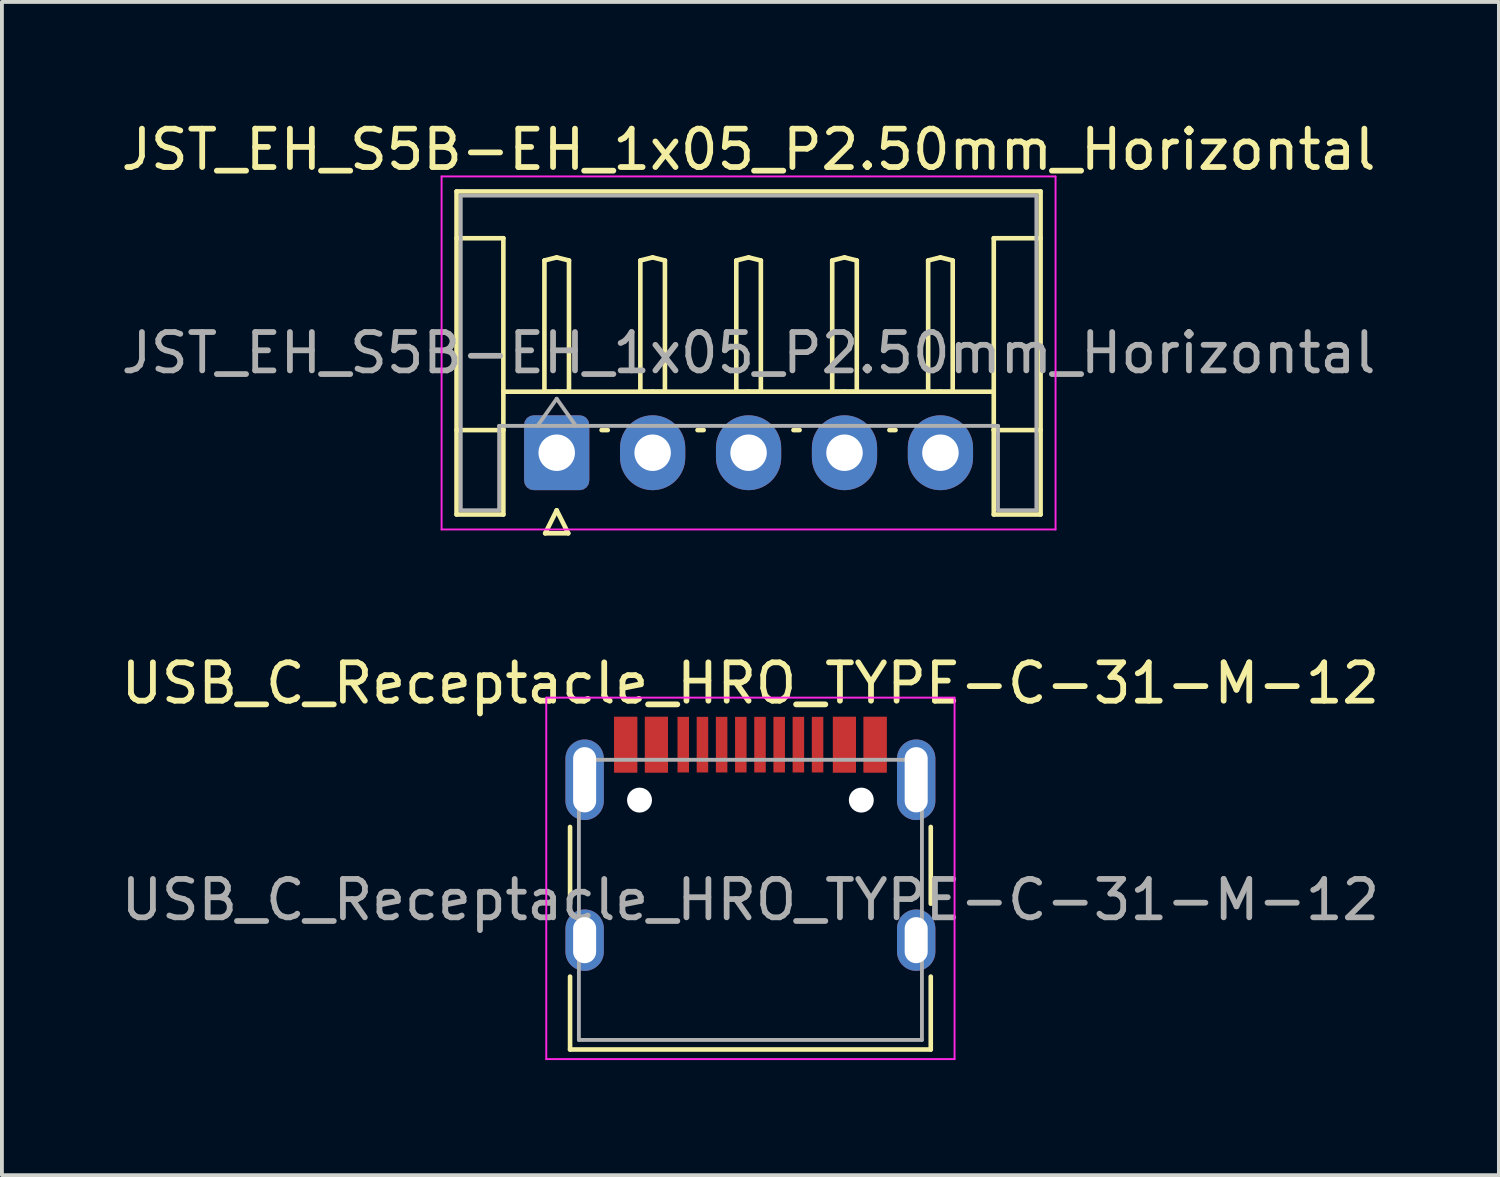
<source format=kicad_pcb>
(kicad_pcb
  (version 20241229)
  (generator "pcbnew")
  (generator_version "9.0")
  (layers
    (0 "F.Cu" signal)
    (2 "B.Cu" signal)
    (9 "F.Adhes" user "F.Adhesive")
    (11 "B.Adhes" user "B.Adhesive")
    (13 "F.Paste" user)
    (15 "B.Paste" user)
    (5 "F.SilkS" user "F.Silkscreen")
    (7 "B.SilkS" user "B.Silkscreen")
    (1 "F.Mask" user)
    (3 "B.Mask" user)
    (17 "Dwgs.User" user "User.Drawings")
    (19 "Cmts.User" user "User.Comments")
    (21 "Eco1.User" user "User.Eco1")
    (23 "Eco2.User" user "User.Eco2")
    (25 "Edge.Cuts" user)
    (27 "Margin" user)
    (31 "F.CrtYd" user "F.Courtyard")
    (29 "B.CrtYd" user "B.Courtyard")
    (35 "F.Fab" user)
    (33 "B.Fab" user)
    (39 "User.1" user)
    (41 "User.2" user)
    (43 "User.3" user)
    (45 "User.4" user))
  (footprint "JST_EH_S5B-EH_1x05_P2.50mm_Horizontal"
    (layer "F.Cu")
    (at 11.458 8.748)
    (property "Reference" "JST_EH_S5B-EH_1x05_P2.50mm_Horizontal" (at 5 -7.9 0) (layer "F.SilkS") (effects (font (size 1 1) (thickness 0.15))))
    (attr through_hole)
    (fp_line (start -2.61 -6.81) (end 12.61 -6.81) (stroke (width 0.12) (type solid)) (layer "F.SilkS"))
    (fp_line (start -2.61 -5.59) (end -1.39 -5.59) (stroke (width 0.12) (type solid)) (layer "F.SilkS"))
    (fp_line (start -2.61 1.61) (end -2.61 -6.81) (stroke (width 0.12) (type solid)) (layer "F.SilkS"))
    (fp_line (start -1.39 -5.59) (end -1.39 -0.59) (stroke (width 0.12) (type solid)) (layer "F.SilkS"))
    (fp_line (start -1.39 -1.59) (end 11.39 -1.59) (stroke (width 0.12) (type solid)) (layer "F.SilkS"))
    (fp_line (start -1.39 -0.59) (end -2.61 -0.59) (stroke (width 0.12) (type solid)) (layer "F.SilkS"))
    (fp_line (start -1.39 -0.59) (end -1.39 1.61) (stroke (width 0.12) (type solid)) (layer "F.SilkS"))
    (fp_line (start -1.39 1.61) (end -2.61 1.61) (stroke (width 0.12) (type solid)) (layer "F.SilkS"))
    (fp_line (start -0.32 -5.01) (end 0 -5.09) (stroke (width 0.12) (type solid)) (layer "F.SilkS"))
    (fp_line (start -0.32 -1.59) (end -0.32 -5.01) (stroke (width 0.12) (type solid)) (layer "F.SilkS"))
    (fp_line (start -0.3 2.1) (end 0.3 2.1) (stroke (width 0.12) (type solid)) (layer "F.SilkS"))
    (fp_line (start 0 -5.09) (end 0.32 -5.01) (stroke (width 0.12) (type solid)) (layer "F.SilkS"))
    (fp_line (start 0 -1.59) (end -0.32 -1.59) (stroke (width 0.12) (type solid)) (layer "F.SilkS"))
    (fp_line (start 0 1.5) (end -0.3 2.1) (stroke (width 0.12) (type solid)) (layer "F.SilkS"))
    (fp_line (start 0.3 2.1) (end 0 1.5) (stroke (width 0.12) (type solid)) (layer "F.SilkS"))
    (fp_line (start 0.32 -5.01) (end 0.32 -1.59) (stroke (width 0.12) (type solid)) (layer "F.SilkS"))
    (fp_line (start 0.32 -1.59) (end 0 -1.59) (stroke (width 0.12) (type solid)) (layer "F.SilkS"))
    (fp_line (start 1.17 -0.59) (end 1.33 -0.59) (stroke (width 0.12) (type solid)) (layer "F.SilkS"))
    (fp_line (start 2.18 -5.01) (end 2.5 -5.09) (stroke (width 0.12) (type solid)) (layer "F.SilkS"))
    (fp_line (start 2.18 -1.59) (end 2.18 -5.01) (stroke (width 0.12) (type solid)) (layer "F.SilkS"))
    (fp_line (start 2.5 -5.09) (end 2.82 -5.01) (stroke (width 0.12) (type solid)) (layer "F.SilkS"))
    (fp_line (start 2.5 -1.59) (end 2.18 -1.59) (stroke (width 0.12) (type solid)) (layer "F.SilkS"))
    (fp_line (start 2.82 -5.01) (end 2.82 -1.59) (stroke (width 0.12) (type solid)) (layer "F.SilkS"))
    (fp_line (start 2.82 -1.59) (end 2.5 -1.59) (stroke (width 0.12) (type solid)) (layer "F.SilkS"))
    (fp_line (start 3.67 -0.59) (end 3.83 -0.59) (stroke (width 0.12) (type solid)) (layer "F.SilkS"))
    (fp_line (start 4.68 -5.01) (end 5 -5.09) (stroke (width 0.12) (type solid)) (layer "F.SilkS"))
    (fp_line (start 4.68 -1.59) (end 4.68 -5.01) (stroke (width 0.12) (type solid)) (layer "F.SilkS"))
    (fp_line (start 5 -5.09) (end 5.32 -5.01) (stroke (width 0.12) (type solid)) (layer "F.SilkS"))
    (fp_line (start 5 -1.59) (end 4.68 -1.59) (stroke (width 0.12) (type solid)) (layer "F.SilkS"))
    (fp_line (start 5.32 -5.01) (end 5.32 -1.59) (stroke (width 0.12) (type solid)) (layer "F.SilkS"))
    (fp_line (start 5.32 -1.59) (end 5 -1.59) (stroke (width 0.12) (type solid)) (layer "F.SilkS"))
    (fp_line (start 6.17 -0.59) (end 6.33 -0.59) (stroke (width 0.12) (type solid)) (layer "F.SilkS"))
    (fp_line (start 7.18 -5.01) (end 7.5 -5.09) (stroke (width 0.12) (type solid)) (layer "F.SilkS"))
    (fp_line (start 7.18 -1.59) (end 7.18 -5.01) (stroke (width 0.12) (type solid)) (layer "F.SilkS"))
    (fp_line (start 7.5 -5.09) (end 7.82 -5.01) (stroke (width 0.12) (type solid)) (layer "F.SilkS"))
    (fp_line (start 7.5 -1.59) (end 7.18 -1.59) (stroke (width 0.12) (type solid)) (layer "F.SilkS"))
    (fp_line (start 7.82 -5.01) (end 7.82 -1.59) (stroke (width 0.12) (type solid)) (layer "F.SilkS"))
    (fp_line (start 7.82 -1.59) (end 7.5 -1.59) (stroke (width 0.12) (type solid)) (layer "F.SilkS"))
    (fp_line (start 8.67 -0.59) (end 8.83 -0.59) (stroke (width 0.12) (type solid)) (layer "F.SilkS"))
    (fp_line (start 9.68 -5.01) (end 10 -5.09) (stroke (width 0.12) (type solid)) (layer "F.SilkS"))
    (fp_line (start 9.68 -1.59) (end 9.68 -5.01) (stroke (width 0.12) (type solid)) (layer "F.SilkS"))
    (fp_line (start 10 -5.09) (end 10.32 -5.01) (stroke (width 0.12) (type solid)) (layer "F.SilkS"))
    (fp_line (start 10 -1.59) (end 9.68 -1.59) (stroke (width 0.12) (type solid)) (layer "F.SilkS"))
    (fp_line (start 10.32 -5.01) (end 10.32 -1.59) (stroke (width 0.12) (type solid)) (layer "F.SilkS"))
    (fp_line (start 10.32 -1.59) (end 10 -1.59) (stroke (width 0.12) (type solid)) (layer "F.SilkS"))
    (fp_line (start 11.39 -5.59) (end 11.39 -0.59) (stroke (width 0.12) (type solid)) (layer "F.SilkS"))
    (fp_line (start 11.39 -0.59) (end 12.61 -0.59) (stroke (width 0.12) (type solid)) (layer "F.SilkS"))
    (fp_line (start 11.39 1.61) (end 11.39 -0.59) (stroke (width 0.12) (type solid)) (layer "F.SilkS"))
    (fp_line (start 12.61 -6.81) (end 12.61 1.61) (stroke (width 0.12) (type solid)) (layer "F.SilkS"))
    (fp_line (start 12.61 -5.59) (end 11.39 -5.59) (stroke (width 0.12) (type solid)) (layer "F.SilkS"))
    (fp_line (start 12.61 1.61) (end 11.39 1.61) (stroke (width 0.12) (type solid)) (layer "F.SilkS"))
    (fp_line (start -3 -7.2) (end -3 2) (stroke (width 0.05) (type solid)) (layer "F.CrtYd"))
    (fp_line (start -3 2) (end 13 2) (stroke (width 0.05) (type solid)) (layer "F.CrtYd"))
    (fp_line (start 13 -7.2) (end -3 -7.2) (stroke (width 0.05) (type solid)) (layer "F.CrtYd"))
    (fp_line (start 13 2) (end 13 -7.2) (stroke (width 0.05) (type solid)) (layer "F.CrtYd"))
    (fp_line (start -2.5 -6.7) (end 12.5 -6.7) (stroke (width 0.1) (type solid)) (layer "F.Fab"))
    (fp_line (start -2.5 1.5) (end -2.5 -6.7) (stroke (width 0.1) (type solid)) (layer "F.Fab"))
    (fp_line (start -1.5 -0.7) (end -1.5 1.5) (stroke (width 0.1) (type solid)) (layer "F.Fab"))
    (fp_line (start -1.5 1.5) (end -2.5 1.5) (stroke (width 0.1) (type solid)) (layer "F.Fab"))
    (fp_line (start -0.5 -0.7) (end 0 -1.407) (stroke (width 0.1) (type solid)) (layer "F.Fab"))
    (fp_line (start 0 -1.407) (end 0.5 -0.7) (stroke (width 0.1) (type solid)) (layer "F.Fab"))
    (fp_line (start 11.5 -0.7) (end -1.5 -0.7) (stroke (width 0.1) (type solid)) (layer "F.Fab"))
    (fp_line (start 11.5 1.5) (end 11.5 -0.7) (stroke (width 0.1) (type solid)) (layer "F.Fab"))
    (fp_line (start 12.5 -6.7) (end 12.5 1.5) (stroke (width 0.1) (type solid)) (layer "F.Fab"))
    (fp_line (start 12.5 1.5) (end 11.5 1.5) (stroke (width 0.1) (type solid)) (layer "F.Fab"))
    (fp_text user "${REFERENCE}" (at 5 -2.6 0) (layer "F.Fab") (effects (font (size 1 1) (thickness 0.15))))
    (pad "1" thru_hole roundrect (at 0 0) (size 1.7 1.95) (drill 0.95) (layers "*.Cu" "*.Mask") (roundrect_rratio 0.147))
    (pad "2" thru_hole oval (at 2.5 0) (size 1.7 1.95) (drill 0.95) (layers "*.Cu" "*.Mask"))
    (pad "3" thru_hole oval (at 5 0) (size 1.7 1.95) (drill 0.95) (layers "*.Cu" "*.Mask"))
    (pad "4" thru_hole oval (at 7.5 0) (size 1.7 1.95) (drill 0.95) (layers "*.Cu" "*.Mask"))
    (pad "5" thru_hole oval (at 10 0) (size 1.7 1.95) (drill 0.95) (layers "*.Cu" "*.Mask")))
  (footprint "USB_C_Receptacle_HRO_TYPE-C-31-M-12"
    (layer "F.Cu")
    (at 16.506 20.401)
    (property "Reference" "USB_C_Receptacle_HRO_TYPE-C-31-M-12" (at 0 -5.645 180) (layer "F.SilkS") (effects (font (size 1 1) (thickness 0.15))))
    (attr smd)
    (fp_line (start -4.7 -1.9) (end -4.7 0.1) (stroke (width 0.12) (type solid)) (layer "F.SilkS"))
    (fp_line (start -4.7 2) (end -4.7 3.9) (stroke (width 0.12) (type solid)) (layer "F.SilkS"))
    (fp_line (start -4.7 3.9) (end 4.7 3.9) (stroke (width 0.12) (type solid)) (layer "F.SilkS"))
    (fp_line (start 4.7 -1.9) (end 4.7 0.1) (stroke (width 0.12) (type solid)) (layer "F.SilkS"))
    (fp_line (start 4.7 2) (end 4.7 3.9) (stroke (width 0.12) (type solid)) (layer "F.SilkS"))
    (fp_line (start -5.32 -5.27) (end -5.32 4.15) (stroke (width 0.05) (type solid)) (layer "F.CrtYd"))
    (fp_line (start -5.32 -5.27) (end 5.32 -5.27) (stroke (width 0.05) (type solid)) (layer "F.CrtYd"))
    (fp_line (start -5.32 4.15) (end 5.32 4.15) (stroke (width 0.05) (type solid)) (layer "F.CrtYd"))
    (fp_line (start 5.32 -5.27) (end 5.32 4.15) (stroke (width 0.05) (type solid)) (layer "F.CrtYd"))
    (fp_line (start -4.47 -3.65) (end -4.47 3.65) (stroke (width 0.1) (type solid)) (layer "F.Fab"))
    (fp_line (start -4.47 -3.65) (end 4.47 -3.65) (stroke (width 0.1) (type solid)) (layer "F.Fab"))
    (fp_line (start -4.47 3.65) (end 4.47 3.65) (stroke (width 0.1) (type solid)) (layer "F.Fab"))
    (fp_line (start 4.47 -3.65) (end 4.47 3.65) (stroke (width 0.1) (type solid)) (layer "F.Fab"))
    (fp_text user "${REFERENCE}" (at 0 0 180) (layer "F.Fab") (effects (font (size 1 1) (thickness 0.15))))
    (pad "" np_thru_hole circle (at -2.89 -2.6) (size 0.65 0.65) (drill 0.65) (layers "*.Cu" "*.Mask"))
    (pad "" np_thru_hole circle (at 2.89 -2.6) (size 0.65 0.65) (drill 0.65) (layers "*.Cu" "*.Mask"))
    (pad "A1" smd rect (at -3.25 -4.045) (size 0.6 1.45) (layers "F.Cu" "F.Mask" "F.Paste"))
    (pad "A4" smd rect (at -2.45 -4.045) (size 0.6 1.45) (layers "F.Cu" "F.Mask" "F.Paste"))
    (pad "A5" smd rect (at -1.25 -4.045) (size 0.3 1.45) (layers "F.Cu" "F.Mask" "F.Paste"))
    (pad "A6" smd rect (at -0.25 -4.045) (size 0.3 1.45) (layers "F.Cu" "F.Mask" "F.Paste"))
    (pad "A7" smd rect (at 0.25 -4.045) (size 0.3 1.45) (layers "F.Cu" "F.Mask" "F.Paste"))
    (pad "A8" smd rect (at 1.25 -4.045) (size 0.3 1.45) (layers "F.Cu" "F.Mask" "F.Paste"))
    (pad "A9" smd rect (at 2.45 -4.045) (size 0.6 1.45) (layers "F.Cu" "F.Mask" "F.Paste"))
    (pad "A12" smd rect (at 3.25 -4.045) (size 0.6 1.45) (layers "F.Cu" "F.Mask" "F.Paste"))
    (pad "B1" smd rect (at 3.25 -4.045) (size 0.6 1.45) (layers "F.Cu" "F.Mask" "F.Paste"))
    (pad "B4" smd rect (at 2.45 -4.045) (size 0.6 1.45) (layers "F.Cu" "F.Mask" "F.Paste"))
    (pad "B5" smd rect (at 1.75 -4.045) (size 0.3 1.45) (layers "F.Cu" "F.Mask" "F.Paste"))
    (pad "B6" smd rect (at 0.75 -4.045) (size 0.3 1.45) (layers "F.Cu" "F.Mask" "F.Paste"))
    (pad "B7" smd rect (at -0.75 -4.045) (size 0.3 1.45) (layers "F.Cu" "F.Mask" "F.Paste"))
    (pad "B8" smd rect (at -1.75 -4.045) (size 0.3 1.45) (layers "F.Cu" "F.Mask" "F.Paste"))
    (pad "B9" smd rect (at -2.45 -4.045) (size 0.6 1.45) (layers "F.Cu" "F.Mask" "F.Paste"))
    (pad "B12" smd rect (at -3.25 -4.045) (size 0.6 1.45) (layers "F.Cu" "F.Mask" "F.Paste"))
    (pad "S1" thru_hole oval (at -4.32 -3.13) (size 1 2.1) (drill oval 0.6 1.7) (property pad_prop_heatsink) (layers "*.Cu" "*.Mask"))
    (pad "S1" thru_hole oval (at -4.32 1.05) (size 1 1.6) (drill oval 0.6 1.2) (property pad_prop_heatsink) (layers "*.Cu" "*.Mask"))
    (pad "S1" thru_hole oval (at 4.32 -3.13) (size 1 2.1) (drill oval 0.6 1.7) (property pad_prop_heatsink) (layers "*.Cu" "*.Mask"))
    (pad "S1" thru_hole oval (at 4.32 1.05) (size 1 1.6) (drill oval 0.6 1.2) (property pad_prop_heatsink) (layers "*.Cu" "*.Mask")))
  (gr_rect
    (start -3 -3)
    (end 36.012 27.576)
    (stroke (width 0.1) (type default))
    (fill no)
    (layer "Edge.Cuts")))
</source>
